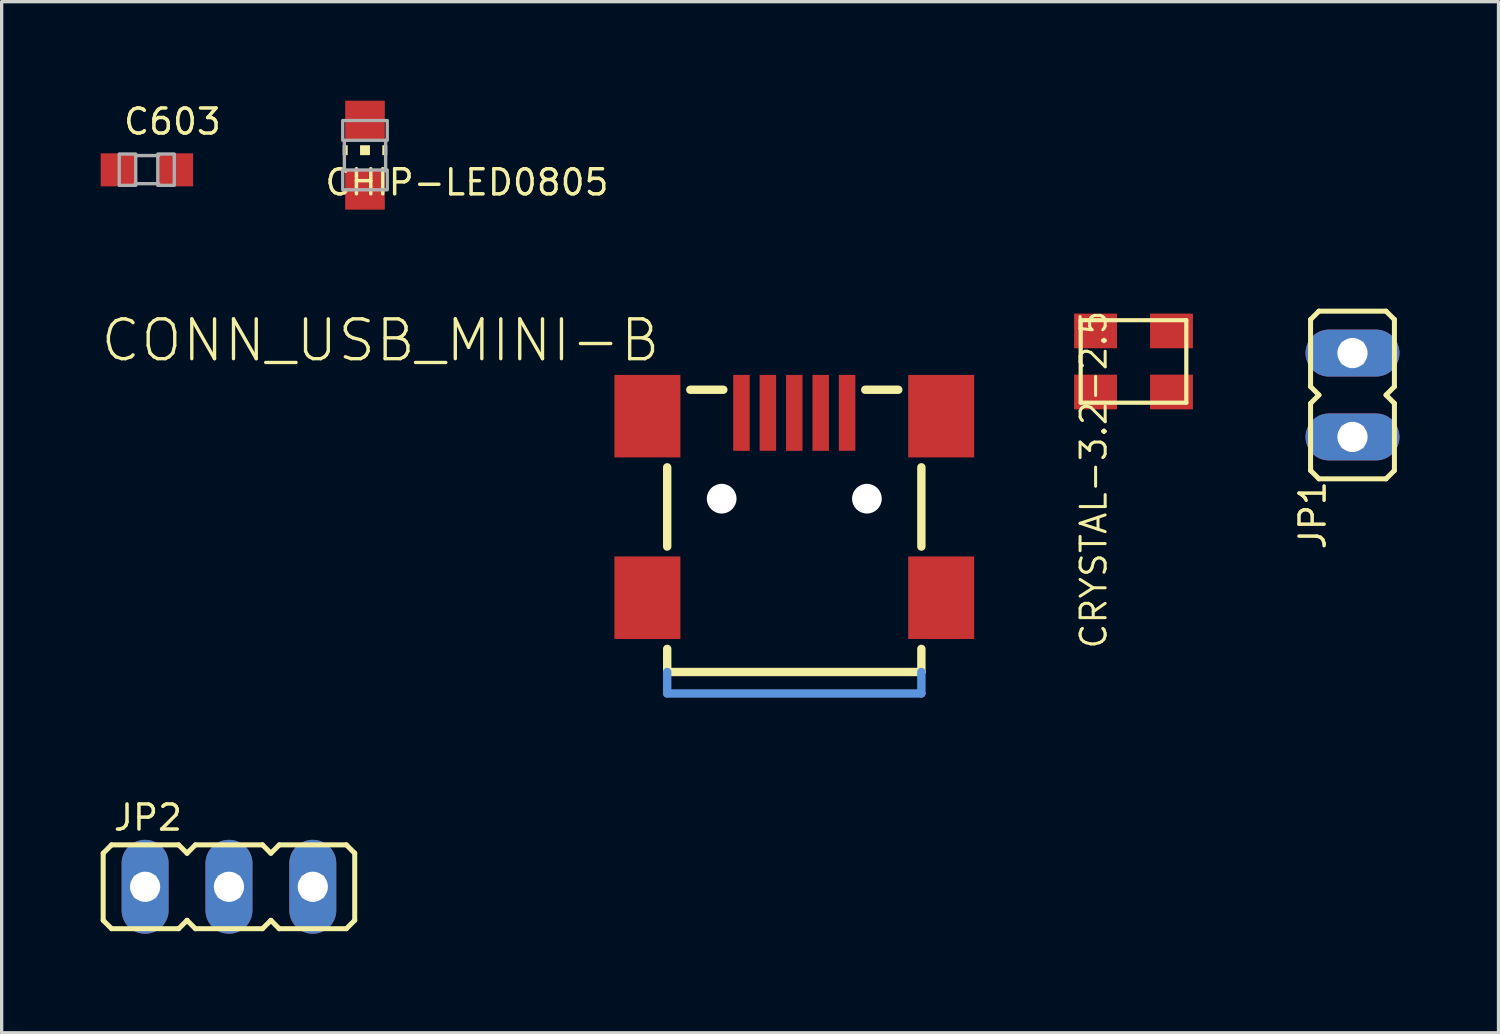
<source format=kicad_pcb>
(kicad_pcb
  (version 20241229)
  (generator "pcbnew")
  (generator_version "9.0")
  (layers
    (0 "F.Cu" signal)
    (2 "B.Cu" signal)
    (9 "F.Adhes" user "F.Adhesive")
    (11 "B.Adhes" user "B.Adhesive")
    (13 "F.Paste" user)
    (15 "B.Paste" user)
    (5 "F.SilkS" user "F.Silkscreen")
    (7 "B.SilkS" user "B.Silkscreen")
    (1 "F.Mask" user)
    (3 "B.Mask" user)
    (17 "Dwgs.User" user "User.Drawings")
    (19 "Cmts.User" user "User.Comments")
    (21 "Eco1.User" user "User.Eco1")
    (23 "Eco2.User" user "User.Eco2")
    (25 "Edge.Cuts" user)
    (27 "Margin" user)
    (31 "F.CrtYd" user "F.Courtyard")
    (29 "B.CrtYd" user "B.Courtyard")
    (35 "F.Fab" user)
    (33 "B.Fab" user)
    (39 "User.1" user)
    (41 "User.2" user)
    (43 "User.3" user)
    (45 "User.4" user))
  (footprint "CRYSTAL-3.2-2.5"
    (layer "F.Cu")
    (at 31.288 7.9)
    (property "Reference" "CRYSTAL-3.2-2.5" (at -1.65 -1.6 90) (layer "F.SilkS") (effects (font (size 0.76 0.76) (thickness 0.091)) (justify right top)))
    (attr through_hole)
    (fp_line (start -1.6 -1.25) (end 1.6 -1.25) (stroke (width 0.127) (type solid)) (layer "F.SilkS"))
    (fp_line (start -1.6 1.25) (end -1.6 -1.25) (stroke (width 0.127) (type solid)) (layer "F.SilkS"))
    (fp_line (start 1.6 -1.25) (end 1.6 1.25) (stroke (width 0.127) (type solid)) (layer "F.SilkS"))
    (fp_line (start 1.6 1.25) (end -1.6 1.25) (stroke (width 0.127) (type solid)) (layer "F.SilkS"))
    (pad "1" smd rect (at -1.15 0.925 90) (size 1.05 1.3) (layers "F.Cu" "F.Mask" "F.Paste"))
    (pad "2" smd rect (at 1.15 0.925 90) (size 1.05 1.3) (layers "F.Cu" "F.Mask" "F.Paste"))
    (pad "3" smd rect (at 1.15 -0.925 90) (size 1.05 1.3) (layers "F.Cu" "F.Mask" "F.Paste"))
    (pad "4" smd rect (at -1.15 -0.925 90) (size 1.05 1.3) (layers "F.Cu" "F.Mask" "F.Paste")))
  (footprint "JP2"
    (layer "F.Cu")
    (at 3.886 23.814)
    (property "Reference" "JP2" (at -3.556 -1.651 0) (layer "F.SilkS") (effects (font (size 0.76 0.76) (thickness 0.106)) (justify left bottom)))
    (attr through_hole)
    (fp_line (start -3.81 -1.016) (end -3.556 -1.27) (stroke (width 0.152) (type solid)) (layer "F.SilkS"))
    (fp_line (start -3.81 1.016) (end -3.81 -1.016) (stroke (width 0.152) (type solid)) (layer "F.SilkS"))
    (fp_line (start -3.81 1.016) (end -3.556 1.27) (stroke (width 0.152) (type solid)) (layer "F.SilkS"))
    (fp_line (start -1.524 -1.27) (end -3.556 -1.27) (stroke (width 0.152) (type solid)) (layer "F.SilkS"))
    (fp_line (start -1.524 -1.27) (end -1.27 -1.016) (stroke (width 0.152) (type solid)) (layer "F.SilkS"))
    (fp_line (start -1.524 1.27) (end -3.556 1.27) (stroke (width 0.152) (type solid)) (layer "F.SilkS"))
    (fp_line (start -1.524 1.27) (end -1.27 1.016) (stroke (width 0.152) (type solid)) (layer "F.SilkS"))
    (fp_line (start -1.27 -1.016) (end -1.016 -1.27) (stroke (width 0.152) (type solid)) (layer "F.SilkS"))
    (fp_line (start -1.27 1.016) (end -1.016 1.27) (stroke (width 0.152) (type solid)) (layer "F.SilkS"))
    (fp_line (start 1.016 -1.27) (end -1.016 -1.27) (stroke (width 0.152) (type solid)) (layer "F.SilkS"))
    (fp_line (start 1.016 -1.27) (end 1.27 -1.016) (stroke (width 0.152) (type solid)) (layer "F.SilkS"))
    (fp_line (start 1.016 1.27) (end -1.016 1.27) (stroke (width 0.152) (type solid)) (layer "F.SilkS"))
    (fp_line (start 1.016 1.27) (end 1.27 1.016) (stroke (width 0.152) (type solid)) (layer "F.SilkS"))
    (fp_line (start 1.27 -1.016) (end 1.524 -1.27) (stroke (width 0.152) (type solid)) (layer "F.SilkS"))
    (fp_line (start 1.27 1.016) (end 1.524 1.27) (stroke (width 0.152) (type solid)) (layer "F.SilkS"))
    (fp_line (start 3.556 -1.27) (end 1.524 -1.27) (stroke (width 0.152) (type solid)) (layer "F.SilkS"))
    (fp_line (start 3.556 -1.27) (end 3.81 -1.016) (stroke (width 0.152) (type solid)) (layer "F.SilkS"))
    (fp_line (start 3.556 1.27) (end 1.524 1.27) (stroke (width 0.152) (type solid)) (layer "F.SilkS"))
    (fp_line (start 3.556 1.27) (end 3.81 1.016) (stroke (width 0.152) (type solid)) (layer "F.SilkS"))
    (fp_line (start 3.81 -1.016) (end 3.81 1.016) (stroke (width 0.152) (type solid)) (layer "F.SilkS"))
    (fp_poly (pts (xy -2.845 0.305) (xy -2.235 0.305) (xy -2.235 -0.305) (xy -2.845 -0.305)) (stroke (width 0.1) (type solid)) (fill no) (layer "F.Fab"))
    (fp_poly (pts (xy -0.305 0.305) (xy 0.305 0.305) (xy 0.305 -0.305) (xy -0.305 -0.305)) (stroke (width 0.1) (type solid)) (fill no) (layer "F.Fab"))
    (fp_poly (pts (xy 2.235 0.305) (xy 2.845 0.305) (xy 2.845 -0.305) (xy 2.235 -0.305)) (stroke (width 0.1) (type solid)) (fill no) (layer "F.Fab"))
    (pad "1" thru_hole oval (at -2.54 0 90) (size 2.845 1.422) (drill 0.914) (layers "*.Cu" "*.Mask"))
    (pad "2" thru_hole oval (at 0 0 90) (size 2.845 1.422) (drill 0.914) (layers "*.Cu" "*.Mask"))
    (pad "3" thru_hole oval (at 2.54 0 90) (size 2.845 1.422) (drill 0.914) (layers "*.Cu" "*.Mask")))
  (footprint "C603"
    (layer "F.Cu")
    (at 1.4 2.095)
    (property "Reference" "C603" (at -0.762 -1.016 0) (layer "F.SilkS") (effects (font (size 0.76 0.76) (thickness 0.106)) (justify left bottom)))
    (attr through_hole)
    (fp_line (start -0.356 -0.432) (end 0.356 -0.432) (stroke (width 0.102) (type solid)) (layer "F.Fab"))
    (fp_line (start -0.356 0.419) (end 0.356 0.419) (stroke (width 0.102) (type solid)) (layer "F.Fab"))
    (fp_poly (pts (xy -0.838 0.47) (xy -0.338 0.47) (xy -0.338 -0.48) (xy -0.838 -0.48)) (stroke (width 0.1) (type solid)) (fill no) (layer "F.Fab"))
    (fp_poly (pts (xy 0.83 -0.48) (xy 0.33 -0.48) (xy 0.33 0.47) (xy 0.83 0.47)) (stroke (width 0.1) (type solid)) (fill no) (layer "F.Fab"))
    (pad "1" smd rect (at -0.85 0) (size 1.1 1) (layers "F.Cu" "F.Mask" "F.Paste"))
    (pad "2" smd rect (at 0.85 0) (size 1.1 1) (layers "F.Cu" "F.Mask" "F.Paste")))
  (footprint "CONN_USB_MINI-B"
    (layer "F.Cu")
    (at 21.012 12.057)
    (property "Reference" "CONN_USB_MINI-B" (at -4 -5.5 0) (layer "F.SilkS") (effects (font (size 1.206 1.206) (thickness 0.102)) (justify right top)))
    (attr through_hole)
    (fp_line (start -3.85 -0.95) (end -3.85 1.45) (stroke (width 0.254) (type solid)) (layer "F.SilkS"))
    (fp_line (start -3.85 4.55) (end -3.85 5.25) (stroke (width 0.254) (type solid)) (layer "F.SilkS"))
    (fp_line (start -3.15 -3.3) (end -2.15 -3.3) (stroke (width 0.254) (type solid)) (layer "F.SilkS"))
    (fp_line (start 2.15 -3.3) (end 3.15 -3.3) (stroke (width 0.254) (type solid)) (layer "F.SilkS"))
    (fp_line (start 3.85 -0.95) (end 3.85 1.45) (stroke (width 0.254) (type solid)) (layer "F.SilkS"))
    (fp_line (start 3.85 4.55) (end 3.85 5.25) (stroke (width 0.254) (type solid)) (layer "F.SilkS"))
    (fp_line (start 3.85 5.25) (end -3.85 5.25) (stroke (width 0.254) (type solid)) (layer "F.SilkS"))
    (fp_line (start -3.85 5.25) (end -3.85 5.9) (stroke (width 0.254) (type solid)) (layer "Cmts.User"))
    (fp_line (start -3.85 5.9) (end 3.85 5.9) (stroke (width 0.254) (type solid)) (layer "Cmts.User"))
    (fp_line (start 3.85 5.9) (end 3.85 5.25) (stroke (width 0.254) (type solid)) (layer "Cmts.User"))
    (pad "" np_thru_hole circle (at -2.2 0) (size 0.9 0.9) (drill 0.9) (layers "*.Cu"))
    (pad "" np_thru_hole circle (at 2.2 0) (size 0.9 0.9) (drill 0.9) (layers "*.Cu"))
    (pad "BODY@1" smd rect (at -4.45 -2.5) (size 2 2.5) (layers "F.Cu" "F.Mask" "F.Paste"))
    (pad "BODY@2" smd rect (at 4.45 -2.5) (size 2 2.5) (layers "F.Cu" "F.Mask" "F.Paste"))
    (pad "BODY@3" smd rect (at 4.45 3) (size 2 2.5) (layers "F.Cu" "F.Mask" "F.Paste"))
    (pad "BODY@4" smd rect (at -4.45 3) (size 2 2.5) (layers "F.Cu" "F.Mask" "F.Paste"))
    (pad "D+" smd rect (at 0 -2.6) (size 0.5 2.3) (layers "F.Cu" "F.Mask" "F.Paste"))
    (pad "D-" smd rect (at -0.8 -2.6) (size 0.5 2.3) (layers "F.Cu" "F.Mask" "F.Paste"))
    (pad "GND" smd rect (at 1.6 -2.6) (size 0.5 2.3) (layers "F.Cu" "F.Mask" "F.Paste"))
    (pad "ID" smd rect (at 0.8 -2.6) (size 0.5 2.3) (layers "F.Cu" "F.Mask" "F.Paste"))
    (pad "VUSB" smd rect (at -1.6 -2.6) (size 0.5 2.3) (layers "F.Cu" "F.Mask" "F.Paste")))
  (footprint "CHIP-LED0805"
    (layer "F.Cu")
    (at 8.007 1.65)
    (property "Reference" "CHIP-LED0805" (at -1.27 1.27 0) (layer "F.SilkS") (effects (font (size 0.76 0.76) (thickness 0.106)) (justify left bottom)))
    (attr through_hole)
    (fp_poly (pts (xy -0.675 0) (xy -0.525 0) (xy -0.525 -0.3) (xy -0.675 -0.3)) (stroke (width 0) (type solid)) (fill yes) (layer "F.SilkS"))
    (fp_poly (pts (xy -0.15 0) (xy 0.15 0) (xy 0.15 -0.3) (xy -0.15 -0.3)) (stroke (width 0) (type solid)) (fill yes) (layer "F.SilkS"))
    (fp_poly (pts (xy 0.525 0) (xy 0.675 0) (xy 0.675 -0.3) (xy 0.525 -0.3)) (stroke (width 0) (type solid)) (fill yes) (layer "F.SilkS"))
    (fp_line (start -0.625 -0.45) (end -0.625 0.45) (stroke (width 0.102) (type solid)) (layer "F.Fab"))
    (fp_line (start 0.625 -0.45) (end 0.625 0.475) (stroke (width 0.102) (type solid)) (layer "F.Fab"))
    (fp_poly (pts (xy -0.675 -0.45) (xy 0.675 -0.45) (xy 0.675 -1.05) (xy -0.675 -1.05)) (stroke (width 0.1) (type solid)) (fill no) (layer "F.Fab"))
    (fp_poly (pts (xy -0.675 1.05) (xy 0.675 1.05) (xy 0.675 0.45) (xy -0.675 0.45)) (stroke (width 0.1) (type solid)) (fill no) (layer "F.Fab"))
    (pad "A" smd rect (at 0 1.05) (size 1.2 1.2) (layers "F.Cu" "F.Mask" "F.Paste"))
    (pad "C" smd rect (at 0 -1.05) (size 1.2 1.2) (layers "F.Cu" "F.Mask" "F.Paste")))
  (footprint "JP1"
    (layer "F.Cu")
    (at 37.922 8.916)
    (property "Reference" "JP1" (at -1.651 2.54 90) (layer "F.SilkS") (effects (font (size 0.76 0.76) (thickness 0.106)) (justify right top)))
    (attr through_hole)
    (fp_line (start -1.27 -2.286) (end -1.27 -0.254) (stroke (width 0.152) (type solid)) (layer "F.SilkS"))
    (fp_line (start -1.27 -2.286) (end -1.016 -2.54) (stroke (width 0.152) (type solid)) (layer "F.SilkS"))
    (fp_line (start -1.27 0.254) (end -1.27 2.286) (stroke (width 0.152) (type solid)) (layer "F.SilkS"))
    (fp_line (start -1.016 0) (end -1.27 -0.254) (stroke (width 0.152) (type solid)) (layer "F.SilkS"))
    (fp_line (start -1.016 0) (end -1.27 0.254) (stroke (width 0.152) (type solid)) (layer "F.SilkS"))
    (fp_line (start -1.016 2.54) (end -1.27 2.286) (stroke (width 0.152) (type solid)) (layer "F.SilkS"))
    (fp_line (start -1.016 2.54) (end 1.016 2.54) (stroke (width 0.152) (type solid)) (layer "F.SilkS"))
    (fp_line (start 1.016 -2.54) (end -1.016 -2.54) (stroke (width 0.152) (type solid)) (layer "F.SilkS"))
    (fp_line (start 1.016 0) (end 1.27 -0.254) (stroke (width 0.152) (type solid)) (layer "F.SilkS"))
    (fp_line (start 1.016 0) (end 1.27 0.254) (stroke (width 0.152) (type solid)) (layer "F.SilkS"))
    (fp_line (start 1.016 2.54) (end 1.27 2.286) (stroke (width 0.152) (type solid)) (layer "F.SilkS"))
    (fp_line (start 1.27 -2.286) (end 1.016 -2.54) (stroke (width 0.152) (type solid)) (layer "F.SilkS"))
    (fp_line (start 1.27 -2.286) (end 1.27 -0.254) (stroke (width 0.152) (type solid)) (layer "F.SilkS"))
    (fp_line (start 1.27 0.254) (end 1.27 2.286) (stroke (width 0.152) (type solid)) (layer "F.SilkS"))
    (fp_poly (pts (xy -0.305 -0.965) (xy 0.305 -0.965) (xy 0.305 -1.575) (xy -0.305 -1.575)) (stroke (width 0.1) (type solid)) (fill no) (layer "F.Fab"))
    (fp_poly (pts (xy -0.305 1.575) (xy 0.305 1.575) (xy 0.305 0.965) (xy -0.305 0.965)) (stroke (width 0.1) (type solid)) (fill no) (layer "F.Fab"))
    (pad "1" thru_hole oval (at 0 1.27) (size 2.845 1.422) (drill 0.914) (layers "*.Cu" "*.Mask"))
    (pad "2" thru_hole oval (at 0 -1.27) (size 2.845 1.422) (drill 0.914) (layers "*.Cu" "*.Mask")))
  (gr_rect
    (start -3 -3)
    (end 42.345 28.237)
    (stroke (width 0.1) (type default))
    (fill no)
    (layer "Edge.Cuts")))
</source>
